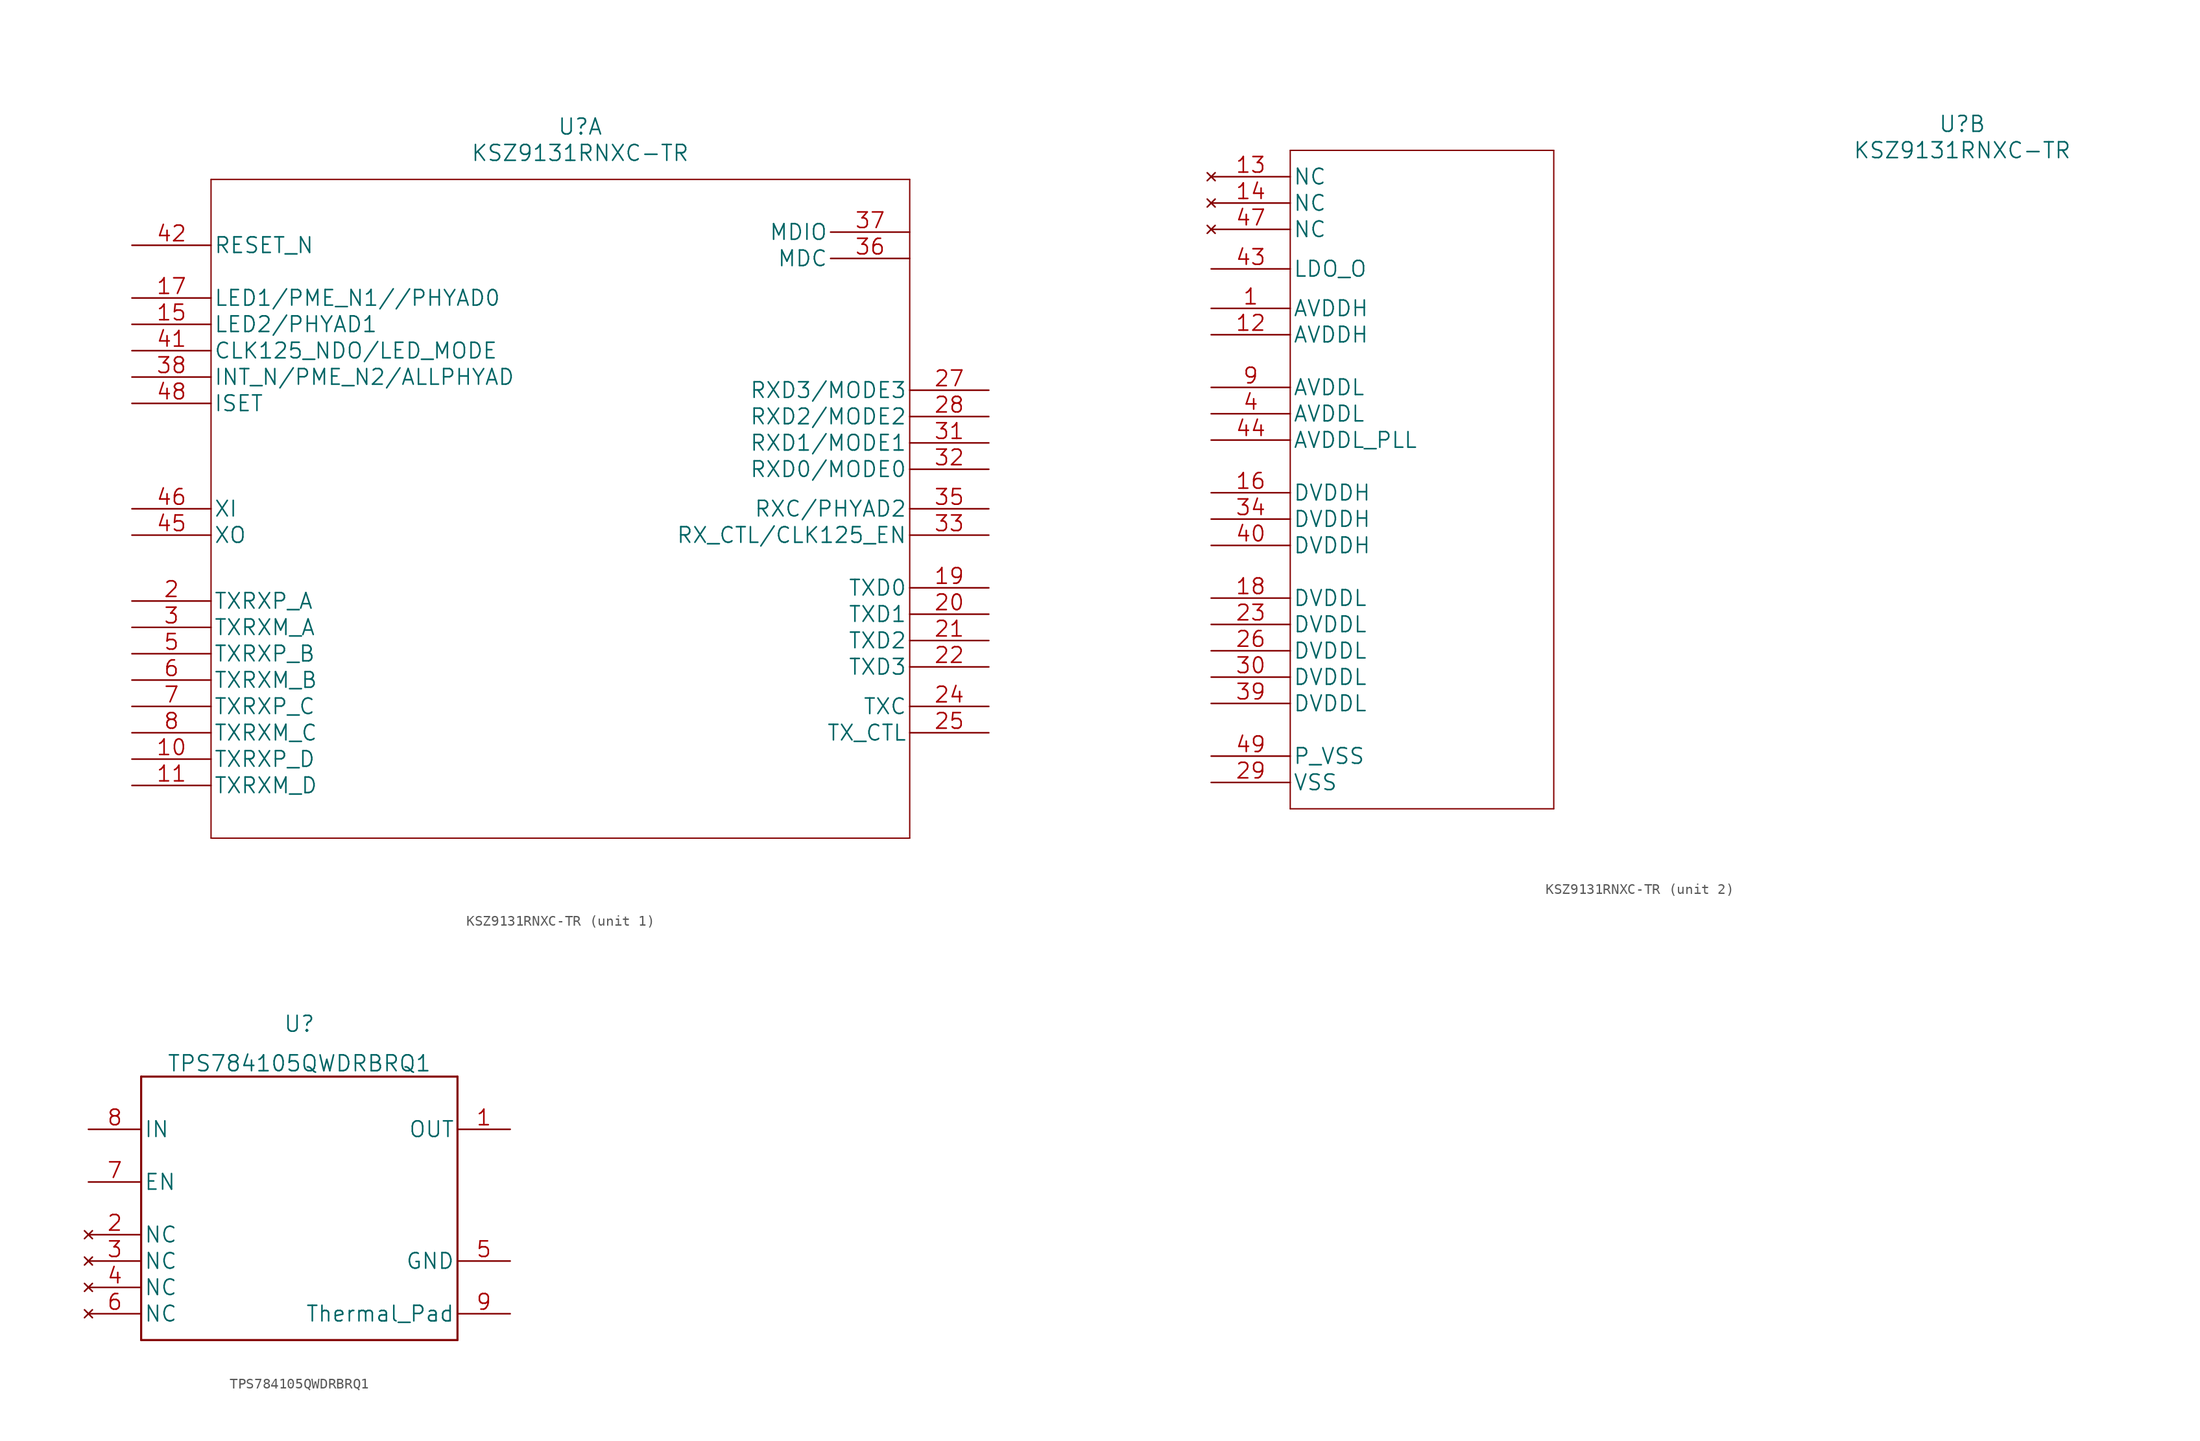
<source format=kicad_sym>
(kicad_symbol_lib
  (version 20220914)
  (generator kicad_symbol_editor)
  (symbol "KSZ9131RNXC-TR"
    (pin_names
      (offset 0.254))
    (property "Reference" "U"
      (at 72.39 10.16 0)
      (effects (font (size 1.524 1.524))))
    (property "Value" "KSZ9131RNXC-TR"
      (at 72.39 7.62 0)
      (effects (font (size 1.524 1.524))))
    (property "Datasheet" ""
      (at 29.21 2.54 0)
      (effects (font (size 1.524 1.524))))
    (property "ki_locked" ""
      (at 0 0 0)
      (effects (font (size 1.27 1.27))))
    (symbol "KSZ9131RNXC-TR_1_1"
      (polyline (pts (xy 36.83 -58.42) (xy 104.14 -58.42)) (stroke (width 0.127) (type default)) (fill (type none)))
      (polyline (pts (xy 36.83 5.08) (xy 36.83 -58.42)) (stroke (width 0.127) (type default)) (fill (type none)))
      (polyline (pts (xy 104.14 -58.42) (xy 104.14 5.08)) (stroke (width 0.127) (type default)) (fill (type none)))
      (polyline (pts (xy 104.14 5.08) (xy 36.83 5.08)) (stroke (width 0.127) (type default)) (fill (type none)))
      (pin bidirectional line (at 29.21 -50.8 0) (length 7.62) (name "TXRXP_D" (effects (font (size 1.499 1.499)))) (number "10" (effects (font (size 1.499 1.499)))))
      (pin bidirectional line (at 29.21 -53.34 0) (length 7.62) (name "TXRXM_D" (effects (font (size 1.499 1.499)))) (number "11" (effects (font (size 1.499 1.499)))))
      (pin bidirectional line (at 29.21 -8.89 0) (length 7.62) (name "LED2/PHYAD1" (effects (font (size 1.499 1.499)))) (number "15" (effects (font (size 1.499 1.499)))))
      (pin bidirectional line (at 29.21 -6.35 0) (length 7.62) (name "LED1/PME_N1//PHYAD0" (effects (font (size 1.499 1.499)))) (number "17" (effects (font (size 1.499 1.499)))))
      (pin input line (at 111.76 -34.29 180) (length 7.62) (name "TXD0" (effects (font (size 1.499 1.499)))) (number "19" (effects (font (size 1.499 1.499)))))
      (pin bidirectional line (at 29.21 -35.56 0) (length 7.62) (name "TXRXP_A" (effects (font (size 1.499 1.499)))) (number "2" (effects (font (size 1.499 1.499)))))
      (pin input line (at 111.76 -36.83 180) (length 7.62) (name "TXD1" (effects (font (size 1.499 1.499)))) (number "20" (effects (font (size 1.499 1.499)))))
      (pin input line (at 111.76 -39.37 180) (length 7.62) (name "TXD2" (effects (font (size 1.499 1.499)))) (number "21" (effects (font (size 1.499 1.499)))))
      (pin input line (at 111.76 -41.91 180) (length 7.62) (name "TXD3" (effects (font (size 1.499 1.499)))) (number "22" (effects (font (size 1.499 1.499)))))
      (pin input line (at 111.76 -45.72 180) (length 7.62) (name "TXC" (effects (font (size 1.499 1.499)))) (number "24" (effects (font (size 1.499 1.499)))))
      (pin input line (at 111.76 -48.26 180) (length 7.62) (name "TX_CTL" (effects (font (size 1.499 1.499)))) (number "25" (effects (font (size 1.499 1.499)))))
      (pin bidirectional line (at 111.76 -15.24 180) (length 7.62) (name "RXD3/MODE3" (effects (font (size 1.499 1.499)))) (number "27" (effects (font (size 1.499 1.499)))))
      (pin bidirectional line (at 111.76 -17.78 180) (length 7.62) (name "RXD2/MODE2" (effects (font (size 1.499 1.499)))) (number "28" (effects (font (size 1.499 1.499)))))
      (pin bidirectional line (at 29.21 -38.1 0) (length 7.62) (name "TXRXM_A" (effects (font (size 1.499 1.499)))) (number "3" (effects (font (size 1.499 1.499)))))
      (pin bidirectional line (at 111.76 -20.32 180) (length 7.62) (name "RXD1/MODE1" (effects (font (size 1.499 1.499)))) (number "31" (effects (font (size 1.499 1.499)))))
      (pin bidirectional line (at 111.76 -22.86 180) (length 7.62) (name "RXD0/MODE0" (effects (font (size 1.499 1.499)))) (number "32" (effects (font (size 1.499 1.499)))))
      (pin bidirectional line (at 111.76 -29.21 180) (length 7.62) (name "RX_CTL/CLK125_EN" (effects (font (size 1.499 1.499)))) (number "33" (effects (font (size 1.499 1.499)))))
      (pin bidirectional line (at 111.76 -26.67 180) (length 7.62) (name "RXC/PHYAD2" (effects (font (size 1.499 1.499)))) (number "35" (effects (font (size 1.499 1.499)))))
      (pin bidirectional line (at 104.14 -2.54 180) (length 7.62) (name "MDC" (effects (font (size 1.499 1.499)))) (number "36" (effects (font (size 1.499 1.499)))))
      (pin input line (at 104.14 0 180) (length 7.62) (name "MDIO" (effects (font (size 1.499 1.499)))) (number "37" (effects (font (size 1.499 1.499)))))
      (pin bidirectional line (at 29.21 -13.97 0) (length 7.62) (name "INT_N/PME_N2/ALLPHYAD" (effects (font (size 1.499 1.499)))) (number "38" (effects (font (size 1.499 1.499)))))
      (pin bidirectional line (at 29.21 -11.43 0) (length 7.62) (name "CLK125_NDO/LED_MODE" (effects (font (size 1.499 1.499)))) (number "41" (effects (font (size 1.499 1.499)))))
      (pin input line (at 29.21 -1.27 0) (length 7.62) (name "RESET_N" (effects (font (size 1.499 1.499)))) (number "42" (effects (font (size 1.499 1.499)))))
      (pin output line (at 29.21 -29.21 0) (length 7.62) (name "XO" (effects (font (size 1.499 1.499)))) (number "45" (effects (font (size 1.499 1.499)))))
      (pin input line (at 29.21 -26.67 0) (length 7.62) (name "XI" (effects (font (size 1.499 1.499)))) (number "46" (effects (font (size 1.499 1.499)))))
      (pin output line (at 29.21 -16.51 0) (length 7.62) (name "ISET" (effects (font (size 1.499 1.499)))) (number "48" (effects (font (size 1.499 1.499)))))
      (pin bidirectional line (at 29.21 -40.64 0) (length 7.62) (name "TXRXP_B" (effects (font (size 1.499 1.499)))) (number "5" (effects (font (size 1.499 1.499)))))
      (pin bidirectional line (at 29.21 -43.18 0) (length 7.62) (name "TXRXM_B" (effects (font (size 1.499 1.499)))) (number "6" (effects (font (size 1.499 1.499)))))
      (pin bidirectional line (at 29.21 -45.72 0) (length 7.62) (name "TXRXP_C" (effects (font (size 1.499 1.499)))) (number "7" (effects (font (size 1.499 1.499)))))
      (pin bidirectional line (at 29.21 -48.26 0) (length 7.62) (name "TXRXM_C" (effects (font (size 1.499 1.499)))) (number "8" (effects (font (size 1.499 1.499))))))
    (symbol "KSZ9131RNXC-TR_2_1"
      (polyline (pts (xy 7.62 -55.88) (xy 33.02 -55.88)) (stroke (width 0.127) (type default)) (fill (type none)))
      (polyline (pts (xy 7.62 7.62) (xy 7.62 -55.88)) (stroke (width 0.127) (type default)) (fill (type none)))
      (polyline (pts (xy 33.02 -55.88) (xy 33.02 7.62)) (stroke (width 0.127) (type default)) (fill (type none)))
      (polyline (pts (xy 33.02 7.62) (xy 7.62 7.62)) (stroke (width 0.127) (type default)) (fill (type none)))
      (pin power_in line (at 0 -7.62 0) (length 7.62) (name "AVDDH" (effects (font (size 1.499 1.499)))) (number "1" (effects (font (size 1.499 1.499)))))
      (pin power_in line (at 0 -10.16 0) (length 7.62) (name "AVDDH" (effects (font (size 1.499 1.499)))) (number "12" (effects (font (size 1.499 1.499)))))
      (pin no_connect line (at 0 5.08 0) (length 7.62) (name "NC" (effects (font (size 1.499 1.499)))) (number "13" (effects (font (size 1.499 1.499)))))
      (pin no_connect line (at 0 2.54 0) (length 7.62) (name "NC" (effects (font (size 1.499 1.499)))) (number "14" (effects (font (size 1.499 1.499)))))
      (pin power_in line (at 0 -25.4 0) (length 7.62) (name "DVDDH" (effects (font (size 1.499 1.499)))) (number "16" (effects (font (size 1.499 1.499)))))
      (pin power_in line (at 0 -35.56 0) (length 7.62) (name "DVDDL" (effects (font (size 1.499 1.499)))) (number "18" (effects (font (size 1.499 1.499)))))
      (pin power_in line (at 0 -38.1 0) (length 7.62) (name "DVDDL" (effects (font (size 1.499 1.499)))) (number "23" (effects (font (size 1.499 1.499)))))
      (pin power_in line (at 0 -40.64 0) (length 7.62) (name "DVDDL" (effects (font (size 1.499 1.499)))) (number "26" (effects (font (size 1.499 1.499)))))
      (pin power_in line (at 0 -53.34 0) (length 7.62) (name "VSS" (effects (font (size 1.499 1.499)))) (number "29" (effects (font (size 1.499 1.499)))))
      (pin power_in line (at 0 -43.18 0) (length 7.62) (name "DVDDL" (effects (font (size 1.499 1.499)))) (number "30" (effects (font (size 1.499 1.499)))))
      (pin power_in line (at 0 -27.94 0) (length 7.62) (name "DVDDH" (effects (font (size 1.499 1.499)))) (number "34" (effects (font (size 1.499 1.499)))))
      (pin power_in line (at 0 -45.72 0) (length 7.62) (name "DVDDL" (effects (font (size 1.499 1.499)))) (number "39" (effects (font (size 1.499 1.499)))))
      (pin power_in line (at 0 -17.78 0) (length 7.62) (name "AVDDL" (effects (font (size 1.499 1.499)))) (number "4" (effects (font (size 1.499 1.499)))))
      (pin power_in line (at 0 -30.48 0) (length 7.62) (name "DVDDH" (effects (font (size 1.499 1.499)))) (number "40" (effects (font (size 1.499 1.499)))))
      (pin output line (at 0 -3.81 0) (length 7.62) (name "LDO_O" (effects (font (size 1.499 1.499)))) (number "43" (effects (font (size 1.499 1.499)))))
      (pin power_in line (at 0 -20.32 0) (length 7.62) (name "AVDDL_PLL" (effects (font (size 1.499 1.499)))) (number "44" (effects (font (size 1.499 1.499)))))
      (pin no_connect line (at 0 0 0) (length 7.62) (name "NC" (effects (font (size 1.499 1.499)))) (number "47" (effects (font (size 1.499 1.499)))))
      (pin power_in line (at 0 -50.8 0) (length 7.62) (name "P_VSS" (effects (font (size 1.499 1.499)))) (number "49" (effects (font (size 1.499 1.499)))))
      (pin power_in line (at 0 -15.24 0) (length 7.62) (name "AVDDL" (effects (font (size 1.499 1.499)))) (number "9" (effects (font (size 1.499 1.499)))))))
  (symbol "TPS784105QWDRBRQ1"
    (pin_names
      (offset 0.254))
    (property "Reference" "U"
      (at 20.32 10.16 0)
      (effects (font (size 1.524 1.524))))
    (property "Value" "TPS784105QWDRBRQ1"
      (at 20.32 6.35 0)
      (effects (font (size 1.524 1.524))))
    (property "Datasheet" ""
      (at 0 0 0)
      (effects (font (size 1.524 1.524))))
    (symbol "TPS784105QWDRBRQ1_1_1"
      (polyline (pts (xy 5.08 -20.32) (xy 35.56 -20.32)) (stroke (width 0.203) (type solid)) (fill (type none)))
      (polyline (pts (xy 5.08 5.08) (xy 5.08 -20.32)) (stroke (width 0.203) (type solid)) (fill (type none)))
      (polyline (pts (xy 35.56 -20.32) (xy 35.56 5.08)) (stroke (width 0.203) (type solid)) (fill (type none)))
      (polyline (pts (xy 35.56 5.08) (xy 5.08 5.08)) (stroke (width 0.203) (type solid)) (fill (type none)))
      (pin power_in line (at 40.64 0 180) (length 5.08) (name "OUT" (effects (font (size 1.499 1.499)))) (number "1" (effects (font (size 1.499 1.499)))))
      (pin no_connect line (at 0 -10.16 0) (length 5.08) (name "NC" (effects (font (size 1.499 1.499)))) (number "2" (effects (font (size 1.499 1.499)))))
      (pin no_connect line (at 0 -12.7 0) (length 5.08) (name "NC" (effects (font (size 1.499 1.499)))) (number "3" (effects (font (size 1.499 1.499)))))
      (pin no_connect line (at 0 -15.24 0) (length 5.08) (name "NC" (effects (font (size 1.499 1.499)))) (number "4" (effects (font (size 1.499 1.499)))))
      (pin power_in line (at 40.64 -12.7 180) (length 5.08) (name "GND" (effects (font (size 1.499 1.499)))) (number "5" (effects (font (size 1.499 1.499)))))
      (pin no_connect line (at 0 -17.78 0) (length 5.08) (name "NC" (effects (font (size 1.499 1.499)))) (number "6" (effects (font (size 1.499 1.499)))))
      (pin input line (at 0 -5.08 0) (length 5.08) (name "EN" (effects (font (size 1.499 1.499)))) (number "7" (effects (font (size 1.499 1.499)))))
      (pin power_in line (at 0 0 0) (length 5.08) (name "IN" (effects (font (size 1.499 1.499)))) (number "8" (effects (font (size 1.499 1.499)))))
      (pin power_in line (at 40.64 -17.78 180) (length 5.08) (name "Thermal_Pad" (effects (font (size 1.499 1.499)))) (number "9" (effects (font (size 1.499 1.499))))))))
</source>
